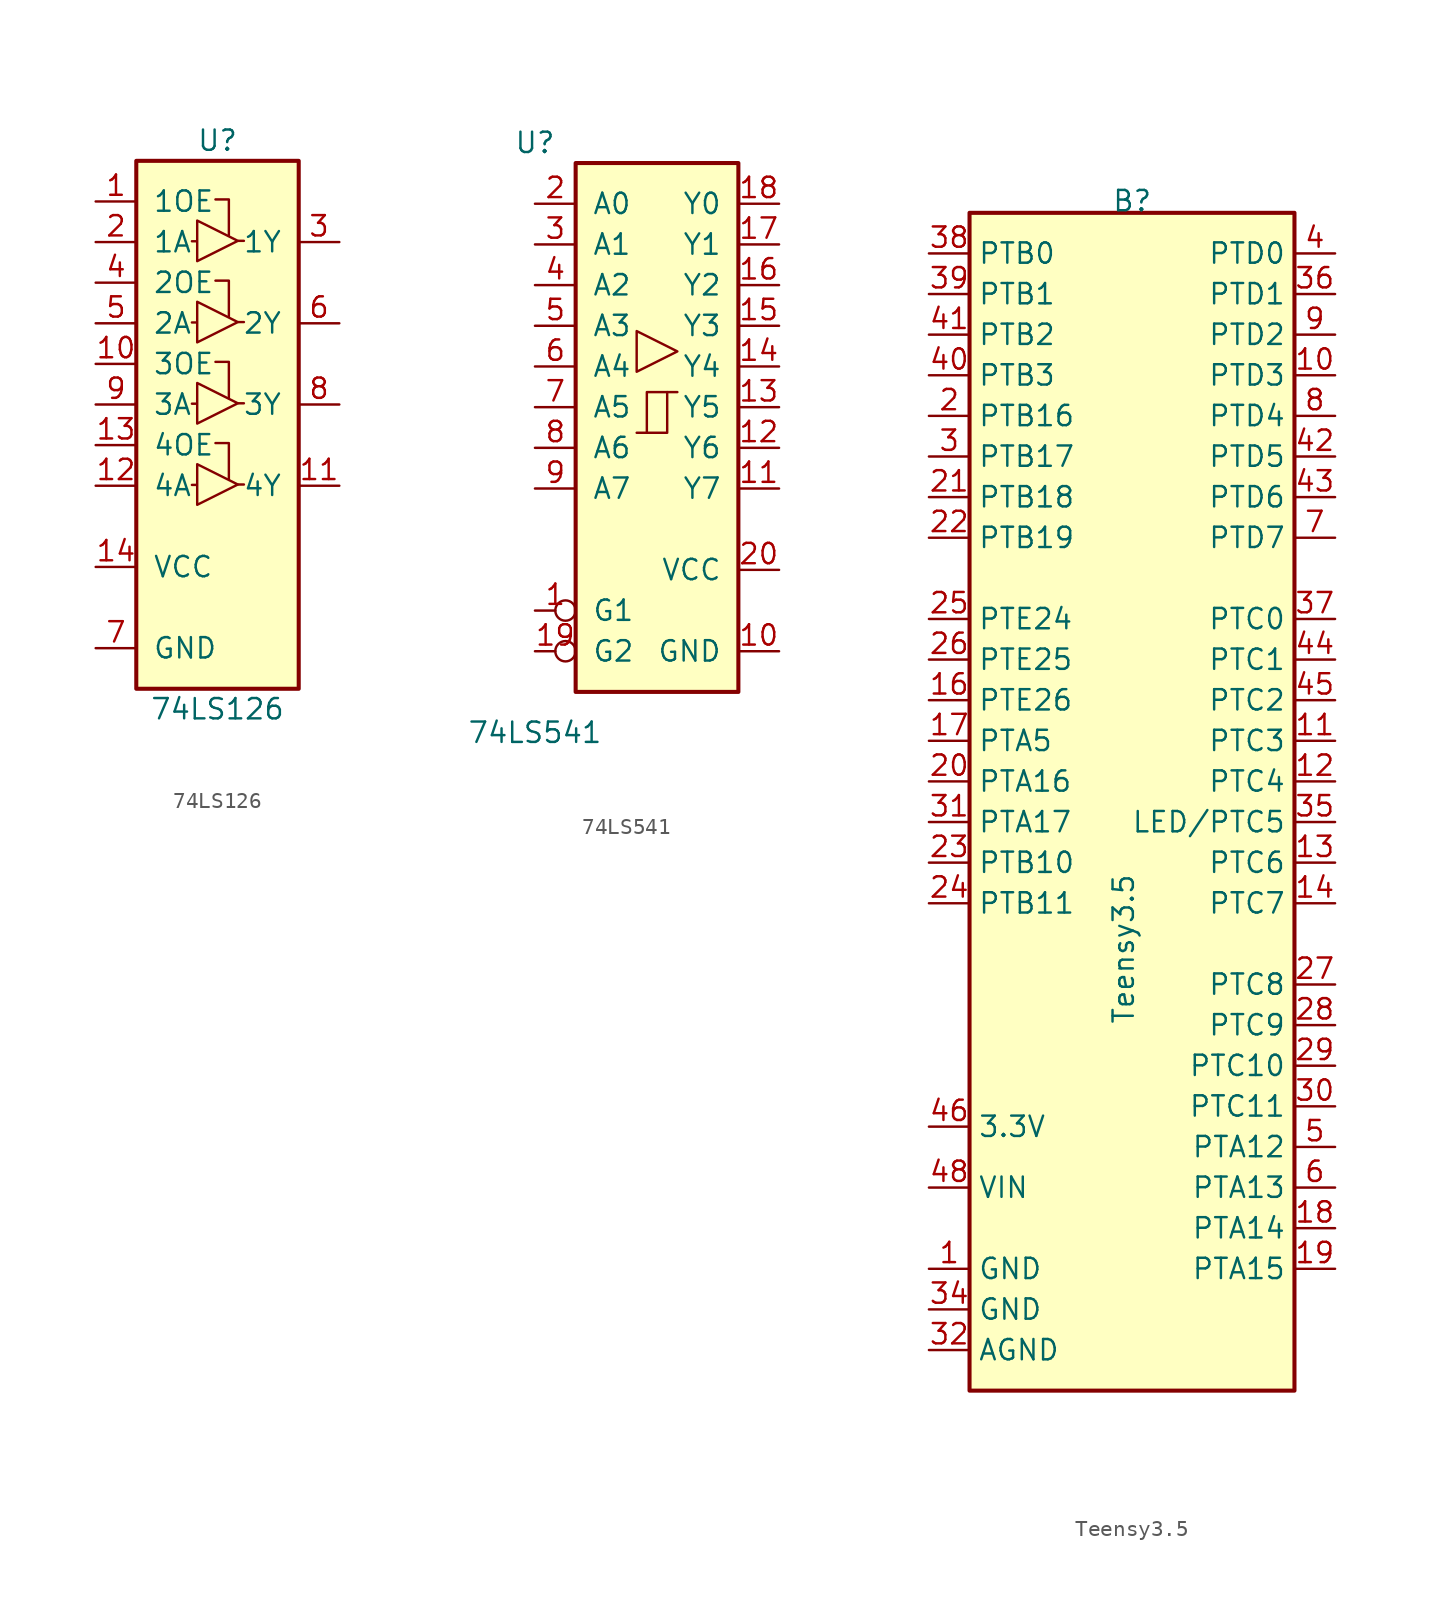
<source format=kicad_sym>
(kicad_symbol_lib
  (version 20211014)
  (generator kicad_symbol_editor)
  (symbol "74LS126"
    (pin_names
      (offset 1.016))
    (property "Reference" "U"
      (at 0 16.51 0)
      (effects (font (size 1.27 1.27))))
    (property "Value" "74LS126"
      (at 0 -19.05 0)
      (effects (font (size 1.27 1.27))))
    (symbol "74LS126_0_1"
      (polyline (pts (xy -1.295 10.211) (xy -1.6 10.211)) (stroke (width 0) (type default) (color 0 0 0 0)) (fill (type none)))
      (polyline (pts (xy 1.295 10.236) (xy 1.651 10.236)) (stroke (width 0) (type default) (color 0 0 0 0)) (fill (type none)))
      (polyline (pts (xy 0.711 10.566) (xy 0.711 12.827) (xy -0.127 12.827) (xy -0.102 12.827)) (stroke (width 0) (type default) (color 0 0 0 0)) (fill (type none))))
    (symbol "74LS126_1_0"
      (polyline (pts (xy 1.27 10.236) (xy -1.27 11.506) (xy -1.27 8.966) (xy 1.27 10.236)) (stroke (width 0.152) (type default) (color 0 0 0 0)) (fill (type none)))
      (pin input line (at -7.62 12.7 0) (length 2.54) (name "1OE" (effects (font (size 1.27 1.27)))) (number "1" (effects (font (size 1.27 1.27)))))
      (pin input line (at -7.62 2.54 0) (length 2.54) (name "3OE" (effects (font (size 1.27 1.27)))) (number "10" (effects (font (size 1.27 1.27)))))
      (pin tri_state line (at 7.62 -5.08 180) (length 2.54) (name "4Y" (effects (font (size 1.27 1.27)))) (number "11" (effects (font (size 1.27 1.27)))))
      (pin input line (at -7.62 -5.08 0) (length 2.54) (name "4A" (effects (font (size 1.27 1.27)))) (number "12" (effects (font (size 1.27 1.27)))))
      (pin input line (at -7.62 -2.54 0) (length 2.54) (name "4OE" (effects (font (size 1.27 1.27)))) (number "13" (effects (font (size 1.27 1.27)))))
      (pin power_in line (at -7.62 -10.16 0) (length 2.54) (name "VCC" (effects (font (size 1.27 1.27)))) (number "14" (effects (font (size 1.27 1.27)))))
      (pin input line (at -7.62 10.16 0) (length 2.54) (name "1A" (effects (font (size 1.27 1.27)))) (number "2" (effects (font (size 1.27 1.27)))))
      (pin tri_state line (at 7.62 10.16 180) (length 2.54) (name "1Y" (effects (font (size 1.27 1.27)))) (number "3" (effects (font (size 1.27 1.27)))))
      (pin input line (at -7.62 7.62 0) (length 2.54) (name "2OE" (effects (font (size 1.27 1.27)))) (number "4" (effects (font (size 1.27 1.27)))))
      (pin input line (at -7.62 5.08 0) (length 2.54) (name "2A" (effects (font (size 1.27 1.27)))) (number "5" (effects (font (size 1.27 1.27)))))
      (pin tri_state line (at 7.62 5.08 180) (length 2.54) (name "2Y" (effects (font (size 1.27 1.27)))) (number "6" (effects (font (size 1.27 1.27)))))
      (pin power_in line (at -7.62 -15.24 0) (length 2.54) (name "GND" (effects (font (size 1.27 1.27)))) (number "7" (effects (font (size 1.27 1.27)))))
      (pin tri_state line (at 7.62 0 180) (length 2.54) (name "3Y" (effects (font (size 1.27 1.27)))) (number "8" (effects (font (size 1.27 1.27)))))
      (pin input line (at -7.62 0 0) (length 2.54) (name "3A" (effects (font (size 1.27 1.27)))) (number "9" (effects (font (size 1.27 1.27))))))
    (symbol "74LS126_1_1"
      (rectangle (start -5.08 15.24) (end 5.08 -17.78) (stroke (width 0.254) (type default) (color 0 0 0 0)) (fill (type background)))
      (polyline (pts (xy -1.295 -5.029) (xy -1.6 -5.029)) (stroke (width 0) (type default) (color 0 0 0 0)) (fill (type none)))
      (polyline (pts (xy -1.295 0.051) (xy -1.6 0.051)) (stroke (width 0) (type default) (color 0 0 0 0)) (fill (type none)))
      (polyline (pts (xy -1.295 5.131) (xy -1.6 5.131)) (stroke (width 0) (type default) (color 0 0 0 0)) (fill (type none)))
      (polyline (pts (xy 1.295 -5.004) (xy 1.651 -5.004)) (stroke (width 0) (type default) (color 0 0 0 0)) (fill (type none)))
      (polyline (pts (xy 1.295 0.076) (xy 1.651 0.076)) (stroke (width 0) (type default) (color 0 0 0 0)) (fill (type none)))
      (polyline (pts (xy 1.295 5.156) (xy 1.651 5.156)) (stroke (width 0) (type default) (color 0 0 0 0)) (fill (type none)))
      (polyline (pts (xy 0.711 -4.674) (xy 0.711 -2.413) (xy -0.127 -2.413) (xy -0.102 -2.413)) (stroke (width 0) (type default) (color 0 0 0 0)) (fill (type none)))
      (polyline (pts (xy 0.711 0.406) (xy 0.711 2.667) (xy -0.127 2.667) (xy -0.102 2.667)) (stroke (width 0) (type default) (color 0 0 0 0)) (fill (type none)))
      (polyline (pts (xy 0.711 5.486) (xy 0.711 7.747) (xy -0.127 7.747) (xy -0.102 7.747)) (stroke (width 0) (type default) (color 0 0 0 0)) (fill (type none)))
      (polyline (pts (xy 1.27 -5.004) (xy -1.27 -3.734) (xy -1.27 -6.274) (xy 1.27 -5.004)) (stroke (width 0.152) (type default) (color 0 0 0 0)) (fill (type none)))
      (polyline (pts (xy 1.27 0.076) (xy -1.27 1.346) (xy -1.27 -1.194) (xy 1.27 0.076)) (stroke (width 0.152) (type default) (color 0 0 0 0)) (fill (type none)))
      (polyline (pts (xy 1.27 5.156) (xy -1.27 6.426) (xy -1.27 3.886) (xy 1.27 5.156)) (stroke (width 0.152) (type default) (color 0 0 0 0)) (fill (type none)))))
  (symbol "74LS541"
    (pin_names
      (offset 1.016))
    (property "Reference" "U"
      (at -7.62 16.51 0)
      (effects (font (size 1.27 1.27))))
    (property "Value" "74LS541"
      (at -7.62 -20.32 0)
      (effects (font (size 1.27 1.27))))
    (symbol "74LS541_1_0"
      (polyline (pts (xy -0.635 -1.6) (xy -0.635 0.94) (xy 0.635 0.94)) (stroke (width 0) (type default) (color 0 0 0 0)) (fill (type none)))
      (polyline (pts (xy -1.27 -1.6) (xy 0.635 -1.6) (xy 0.635 0.94) (xy 1.27 0.94)) (stroke (width 0) (type default) (color 0 0 0 0)) (fill (type none)))
      (polyline (pts (xy 1.27 3.48) (xy -1.27 4.75) (xy -1.27 2.21) (xy 1.27 3.48)) (stroke (width 0.152) (type default) (color 0 0 0 0)) (fill (type none)))
      (pin input inverted (at -7.62 -12.7 0) (length 2.54) (name "G1" (effects (font (size 1.27 1.27)))) (number "1" (effects (font (size 1.27 1.27)))))
      (pin power_in line (at 7.62 -15.24 180) (length 2.54) (name "GND" (effects (font (size 1.27 1.27)))) (number "10" (effects (font (size 1.27 1.27)))))
      (pin output line (at 7.62 -5.08 180) (length 2.54) (name "Y7" (effects (font (size 1.27 1.27)))) (number "11" (effects (font (size 1.27 1.27)))))
      (pin output line (at 7.62 -2.54 180) (length 2.54) (name "Y6" (effects (font (size 1.27 1.27)))) (number "12" (effects (font (size 1.27 1.27)))))
      (pin output line (at 7.62 0 180) (length 2.54) (name "Y5" (effects (font (size 1.27 1.27)))) (number "13" (effects (font (size 1.27 1.27)))))
      (pin output line (at 7.62 2.54 180) (length 2.54) (name "Y4" (effects (font (size 1.27 1.27)))) (number "14" (effects (font (size 1.27 1.27)))))
      (pin output line (at 7.62 5.08 180) (length 2.54) (name "Y3" (effects (font (size 1.27 1.27)))) (number "15" (effects (font (size 1.27 1.27)))))
      (pin output line (at 7.62 7.62 180) (length 2.54) (name "Y2" (effects (font (size 1.27 1.27)))) (number "16" (effects (font (size 1.27 1.27)))))
      (pin output line (at 7.62 10.16 180) (length 2.54) (name "Y1" (effects (font (size 1.27 1.27)))) (number "17" (effects (font (size 1.27 1.27)))))
      (pin output line (at 7.62 12.7 180) (length 2.54) (name "Y0" (effects (font (size 1.27 1.27)))) (number "18" (effects (font (size 1.27 1.27)))))
      (pin input inverted (at -7.62 -15.24 0) (length 2.54) (name "G2" (effects (font (size 1.27 1.27)))) (number "19" (effects (font (size 1.27 1.27)))))
      (pin input line (at -7.62 12.7 0) (length 2.54) (name "A0" (effects (font (size 1.27 1.27)))) (number "2" (effects (font (size 1.27 1.27)))))
      (pin power_in line (at 7.62 -10.16 180) (length 2.54) (name "VCC" (effects (font (size 1.27 1.27)))) (number "20" (effects (font (size 1.27 1.27)))))
      (pin input line (at -7.62 10.16 0) (length 2.54) (name "A1" (effects (font (size 1.27 1.27)))) (number "3" (effects (font (size 1.27 1.27)))))
      (pin input line (at -7.62 7.62 0) (length 2.54) (name "A2" (effects (font (size 1.27 1.27)))) (number "4" (effects (font (size 1.27 1.27)))))
      (pin input line (at -7.62 5.08 0) (length 2.54) (name "A3" (effects (font (size 1.27 1.27)))) (number "5" (effects (font (size 1.27 1.27)))))
      (pin input line (at -7.62 2.54 0) (length 2.54) (name "A4" (effects (font (size 1.27 1.27)))) (number "6" (effects (font (size 1.27 1.27)))))
      (pin input line (at -7.62 0 0) (length 2.54) (name "A5" (effects (font (size 1.27 1.27)))) (number "7" (effects (font (size 1.27 1.27)))))
      (pin input line (at -7.62 -2.54 0) (length 2.54) (name "A6" (effects (font (size 1.27 1.27)))) (number "8" (effects (font (size 1.27 1.27)))))
      (pin input line (at -7.62 -5.08 0) (length 2.54) (name "A7" (effects (font (size 1.27 1.27)))) (number "9" (effects (font (size 1.27 1.27))))))
    (symbol "74LS541_1_1"
      (rectangle (start -5.08 15.24) (end 5.08 -17.78) (stroke (width 0.254) (type default) (color 0 0 0 0)) (fill (type background)))))
  (symbol "Teensy3.5"
    (property "Reference" "B"
      (at -1.27 30.48 0)
      (effects (font (size 1.27 1.27)) (justify left bottom)))
    (property "Value" "Teensy3.5"
      (at -1.27 -20.32 90)
      (effects (font (size 1.27 1.27)) (justify left top)))
    (symbol "Teensy3.5_0_1"
      (rectangle (start -10.16 -43.18) (end 10.16 30.48) (stroke (width 0.254) (type default) (color 0 0 0 0)) (fill (type background))))
    (symbol "Teensy3.5_1_1"
      (pin power_out line (at -12.7 -35.56 0) (length 2.54) (name "GND" (effects (font (size 1.27 1.27)))) (number "1" (effects (font (size 1.27 1.27)))))
      (pin bidirectional line (at 12.7 20.32 180) (length 2.54) (name "PTD3" (effects (font (size 1.27 1.27)))) (number "10" (effects (font (size 1.27 1.27)))))
      (pin bidirectional line (at 12.7 -2.54 180) (length 2.54) (name "PTC3" (effects (font (size 1.27 1.27)))) (number "11" (effects (font (size 1.27 1.27)))))
      (pin bidirectional line (at 12.7 -5.08 180) (length 2.54) (name "PTC4" (effects (font (size 1.27 1.27)))) (number "12" (effects (font (size 1.27 1.27)))))
      (pin bidirectional line (at 12.7 -10.16 180) (length 2.54) (name "PTC6" (effects (font (size 1.27 1.27)))) (number "13" (effects (font (size 1.27 1.27)))))
      (pin bidirectional line (at 12.7 -12.7 180) (length 2.54) (name "PTC7" (effects (font (size 1.27 1.27)))) (number "14" (effects (font (size 1.27 1.27)))))
      (pin power_out line (at -12.7 -26.67 0) (length 2.54) hide (name "3.3V" (effects (font (size 1.27 1.27)))) (number "15" (effects (font (size 1.27 1.27)))))
      (pin bidirectional line (at -12.7 0 0) (length 2.54) (name "PTE26" (effects (font (size 1.27 1.27)))) (number "16" (effects (font (size 1.27 1.27)))))
      (pin bidirectional line (at -12.7 -2.54 0) (length 2.54) (name "PTA5" (effects (font (size 1.27 1.27)))) (number "17" (effects (font (size 1.27 1.27)))))
      (pin bidirectional line (at 12.7 -33.02 180) (length 2.54) (name "PTA14" (effects (font (size 1.27 1.27)))) (number "18" (effects (font (size 1.27 1.27)))))
      (pin bidirectional line (at 12.7 -35.56 180) (length 2.54) (name "PTA15" (effects (font (size 1.27 1.27)))) (number "19" (effects (font (size 1.27 1.27)))))
      (pin bidirectional line (at -12.7 17.78 0) (length 2.54) (name "PTB16" (effects (font (size 1.27 1.27)))) (number "2" (effects (font (size 1.27 1.27)))))
      (pin bidirectional line (at -12.7 -5.08 0) (length 2.54) (name "PTA16" (effects (font (size 1.27 1.27)))) (number "20" (effects (font (size 1.27 1.27)))))
      (pin bidirectional line (at -12.7 12.7 0) (length 2.54) (name "PTB18" (effects (font (size 1.27 1.27)))) (number "21" (effects (font (size 1.27 1.27)))))
      (pin bidirectional line (at -12.7 10.16 0) (length 2.54) (name "PTB19" (effects (font (size 1.27 1.27)))) (number "22" (effects (font (size 1.27 1.27)))))
      (pin bidirectional line (at -12.7 -10.16 0) (length 2.54) (name "PTB10" (effects (font (size 1.27 1.27)))) (number "23" (effects (font (size 1.27 1.27)))))
      (pin bidirectional line (at -12.7 -12.7 0) (length 2.54) (name "PTB11" (effects (font (size 1.27 1.27)))) (number "24" (effects (font (size 1.27 1.27)))))
      (pin bidirectional line (at -12.7 5.08 0) (length 2.54) (name "PTE24" (effects (font (size 1.27 1.27)))) (number "25" (effects (font (size 1.27 1.27)))))
      (pin bidirectional line (at -12.7 2.54 0) (length 2.54) (name "PTE25" (effects (font (size 1.27 1.27)))) (number "26" (effects (font (size 1.27 1.27)))))
      (pin bidirectional line (at 12.7 -17.78 180) (length 2.54) (name "PTC8" (effects (font (size 1.27 1.27)))) (number "27" (effects (font (size 1.27 1.27)))))
      (pin bidirectional line (at 12.7 -20.32 180) (length 2.54) (name "PTC9" (effects (font (size 1.27 1.27)))) (number "28" (effects (font (size 1.27 1.27)))))
      (pin bidirectional line (at 12.7 -22.86 180) (length 2.54) (name "PTC10" (effects (font (size 1.27 1.27)))) (number "29" (effects (font (size 1.27 1.27)))))
      (pin bidirectional line (at -12.7 15.24 0) (length 2.54) (name "PTB17" (effects (font (size 1.27 1.27)))) (number "3" (effects (font (size 1.27 1.27)))))
      (pin bidirectional line (at 12.7 -25.4 180) (length 2.54) (name "PTC11" (effects (font (size 1.27 1.27)))) (number "30" (effects (font (size 1.27 1.27)))))
      (pin bidirectional line (at -12.7 -7.62 0) (length 2.54) (name "PTA17" (effects (font (size 1.27 1.27)))) (number "31" (effects (font (size 1.27 1.27)))))
      (pin power_in line (at -12.7 -40.64 0) (length 2.54) (name "AGND" (effects (font (size 1.27 1.27)))) (number "32" (effects (font (size 1.27 1.27)))))
      (pin power_in line (at -12.7 -38.1 0) (length 2.54) (name "GND" (effects (font (size 1.27 1.27)))) (number "34" (effects (font (size 1.27 1.27)))))
      (pin bidirectional line (at 12.7 -7.62 180) (length 2.54) (name "LED/PTC5" (effects (font (size 1.27 1.27)))) (number "35" (effects (font (size 1.27 1.27)))))
      (pin bidirectional line (at 12.7 25.4 180) (length 2.54) (name "PTD1" (effects (font (size 1.27 1.27)))) (number "36" (effects (font (size 1.27 1.27)))))
      (pin bidirectional line (at 12.7 5.08 180) (length 2.54) (name "PTC0" (effects (font (size 1.27 1.27)))) (number "37" (effects (font (size 1.27 1.27)))))
      (pin bidirectional line (at -12.7 27.94 0) (length 2.54) (name "PTB0" (effects (font (size 1.27 1.27)))) (number "38" (effects (font (size 1.27 1.27)))))
      (pin bidirectional line (at -12.7 25.4 0) (length 2.54) (name "PTB1" (effects (font (size 1.27 1.27)))) (number "39" (effects (font (size 1.27 1.27)))))
      (pin bidirectional line (at 12.7 27.94 180) (length 2.54) (name "PTD0" (effects (font (size 1.27 1.27)))) (number "4" (effects (font (size 1.27 1.27)))))
      (pin bidirectional line (at -12.7 20.32 0) (length 2.54) (name "PTB3" (effects (font (size 1.27 1.27)))) (number "40" (effects (font (size 1.27 1.27)))))
      (pin bidirectional line (at -12.7 22.86 0) (length 2.54) (name "PTB2" (effects (font (size 1.27 1.27)))) (number "41" (effects (font (size 1.27 1.27)))))
      (pin bidirectional line (at 12.7 15.24 180) (length 2.54) (name "PTD5" (effects (font (size 1.27 1.27)))) (number "42" (effects (font (size 1.27 1.27)))))
      (pin bidirectional line (at 12.7 12.7 180) (length 2.54) (name "PTD6" (effects (font (size 1.27 1.27)))) (number "43" (effects (font (size 1.27 1.27)))))
      (pin bidirectional line (at 12.7 2.54 180) (length 2.54) (name "PTC1" (effects (font (size 1.27 1.27)))) (number "44" (effects (font (size 1.27 1.27)))))
      (pin bidirectional line (at 12.7 0 180) (length 2.54) (name "PTC2" (effects (font (size 1.27 1.27)))) (number "45" (effects (font (size 1.27 1.27)))))
      (pin power_in line (at -12.7 -26.67 0) (length 2.54) (name "3.3V" (effects (font (size 1.27 1.27)))) (number "46" (effects (font (size 1.27 1.27)))))
      (pin power_out line (at -12.7 -30.48 0) (length 2.54) (name "VIN" (effects (font (size 1.27 1.27)))) (number "48" (effects (font (size 1.27 1.27)))))
      (pin bidirectional line (at 12.7 -27.94 180) (length 2.54) (name "PTA12" (effects (font (size 1.27 1.27)))) (number "5" (effects (font (size 1.27 1.27)))))
      (pin bidirectional line (at 12.7 -30.48 180) (length 2.54) (name "PTA13" (effects (font (size 1.27 1.27)))) (number "6" (effects (font (size 1.27 1.27)))))
      (pin bidirectional line (at 12.7 10.16 180) (length 2.54) (name "PTD7" (effects (font (size 1.27 1.27)))) (number "7" (effects (font (size 1.27 1.27)))))
      (pin bidirectional line (at 12.7 17.78 180) (length 2.54) (name "PTD4" (effects (font (size 1.27 1.27)))) (number "8" (effects (font (size 1.27 1.27)))))
      (pin bidirectional line (at 12.7 22.86 180) (length 2.54) (name "PTD2" (effects (font (size 1.27 1.27)))) (number "9" (effects (font (size 1.27 1.27))))))))
</source>
